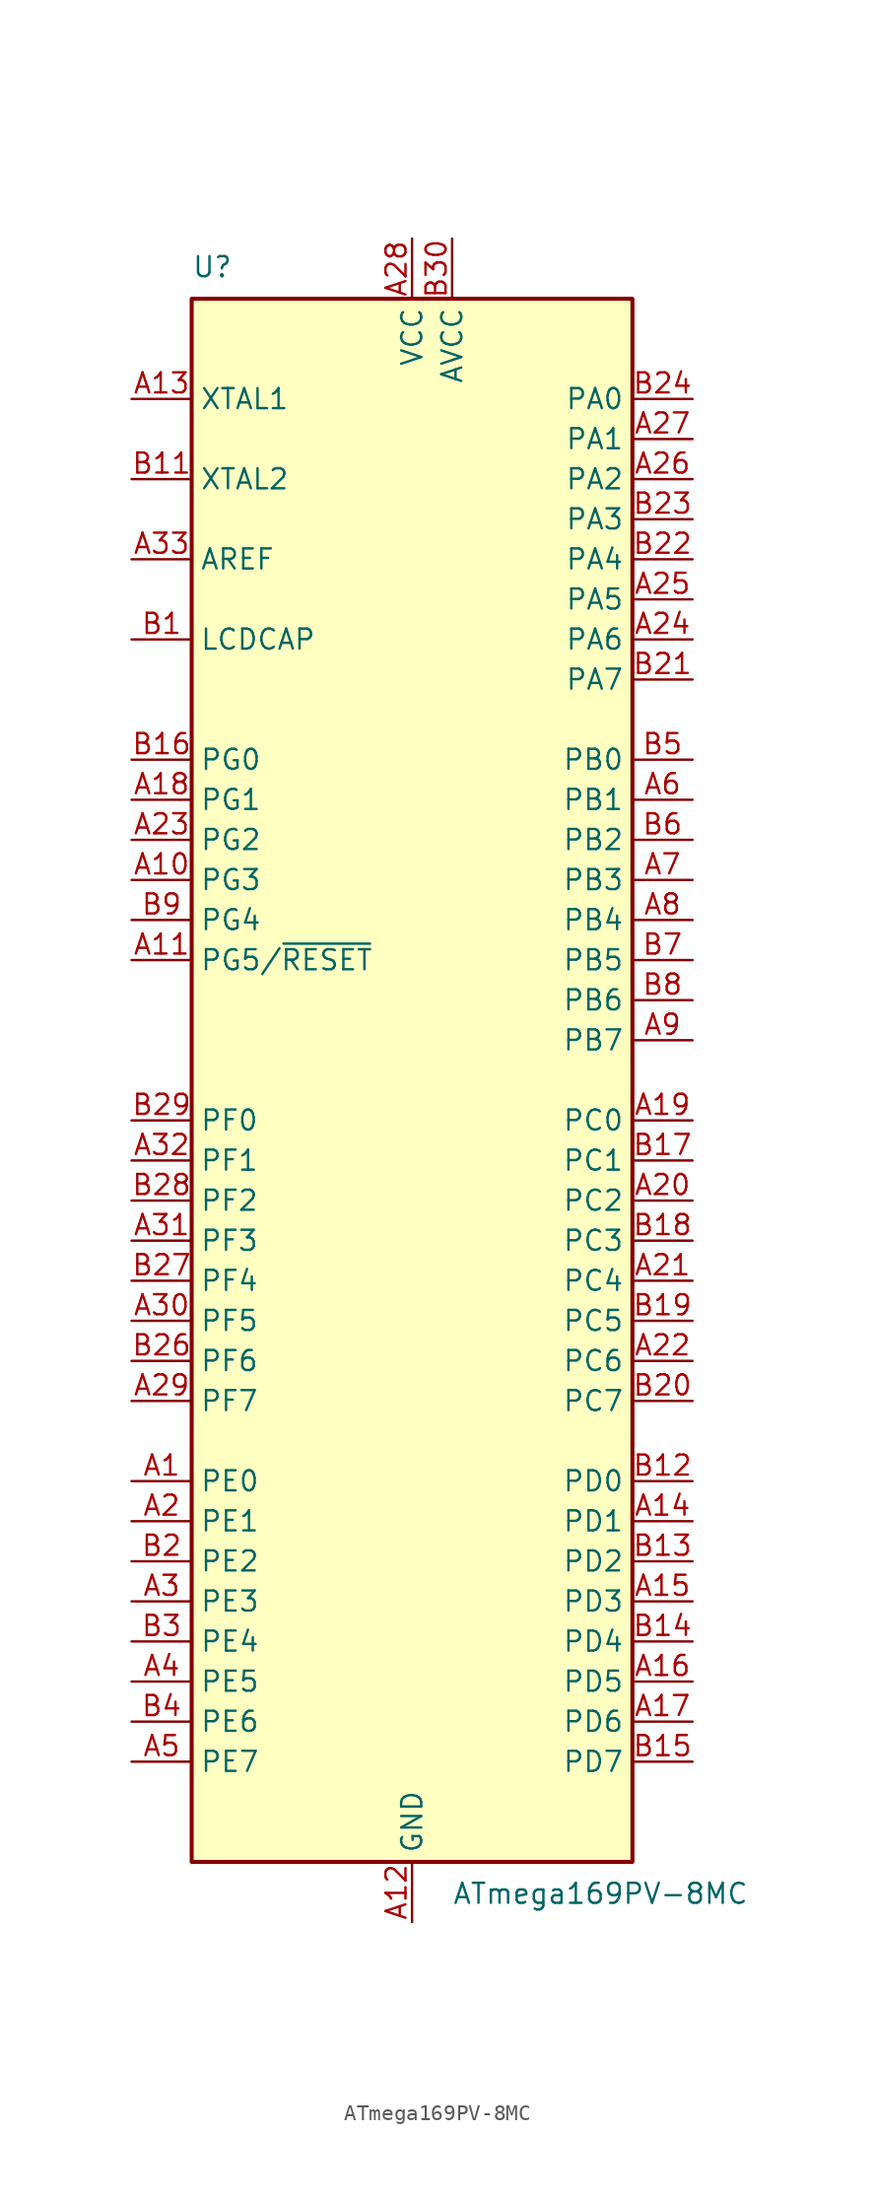
<source format=kicad_sym>
(kicad_symbol_lib
  (version 20201005)
  (generator kicad_symbol_editor)
  (symbol "MCU_Microchip_ATmega:ATmega169PV-8MC"
    (property "Reference" "U"
      (at -13.97 50.8 0)
      (effects (font (size 1.27 1.27)) (justify left bottom)))
    (property "Value" "ATmega169PV-8MC"
      (at 2.54 -50.8 0)
      (effects (font (size 1.27 1.27)) (justify left top)))
    (symbol "ATmega169PV-8MC_0_1"
      (rectangle (start -13.97 -49.53) (end 13.97 49.53) (stroke (width 0.254)) (fill (type background))))
    (symbol "ATmega169PV-8MC_1_1"
      (pin bidirectional line (at -17.78 -25.4 0) (length 3.81) (name "PE0" (effects (font (size 1.27 1.27)))) (number "A1" (effects (font (size 1.27 1.27)))))
      (pin bidirectional line (at -17.78 12.7 0) (length 3.81) (name "PG3" (effects (font (size 1.27 1.27)))) (number "A10" (effects (font (size 1.27 1.27)))))
      (pin bidirectional line (at -17.78 7.62 0) (length 3.81) (name "PG5/~RESET" (effects (font (size 1.27 1.27)))) (number "A11" (effects (font (size 1.27 1.27)))))
      (pin power_in line (at 0 -53.34 90) (length 3.81) (name "GND" (effects (font (size 1.27 1.27)))) (number "A12" (effects (font (size 1.27 1.27)))))
      (pin input line (at -17.78 43.18 0) (length 3.81) (name "XTAL1" (effects (font (size 1.27 1.27)))) (number "A13" (effects (font (size 1.27 1.27)))))
      (pin bidirectional line (at 17.78 -27.94 180) (length 3.81) (name "PD1" (effects (font (size 1.27 1.27)))) (number "A14" (effects (font (size 1.27 1.27)))))
      (pin bidirectional line (at 17.78 -33.02 180) (length 3.81) (name "PD3" (effects (font (size 1.27 1.27)))) (number "A15" (effects (font (size 1.27 1.27)))))
      (pin bidirectional line (at 17.78 -38.1 180) (length 3.81) (name "PD5" (effects (font (size 1.27 1.27)))) (number "A16" (effects (font (size 1.27 1.27)))))
      (pin bidirectional line (at 17.78 -40.64 180) (length 3.81) (name "PD6" (effects (font (size 1.27 1.27)))) (number "A17" (effects (font (size 1.27 1.27)))))
      (pin bidirectional line (at -17.78 17.78 0) (length 3.81) (name "PG1" (effects (font (size 1.27 1.27)))) (number "A18" (effects (font (size 1.27 1.27)))))
      (pin bidirectional line (at 17.78 -2.54 180) (length 3.81) (name "PC0" (effects (font (size 1.27 1.27)))) (number "A19" (effects (font (size 1.27 1.27)))))
      (pin bidirectional line (at -17.78 -27.94 0) (length 3.81) (name "PE1" (effects (font (size 1.27 1.27)))) (number "A2" (effects (font (size 1.27 1.27)))))
      (pin bidirectional line (at 17.78 -7.62 180) (length 3.81) (name "PC2" (effects (font (size 1.27 1.27)))) (number "A20" (effects (font (size 1.27 1.27)))))
      (pin bidirectional line (at 17.78 -12.7 180) (length 3.81) (name "PC4" (effects (font (size 1.27 1.27)))) (number "A21" (effects (font (size 1.27 1.27)))))
      (pin bidirectional line (at 17.78 -17.78 180) (length 3.81) (name "PC6" (effects (font (size 1.27 1.27)))) (number "A22" (effects (font (size 1.27 1.27)))))
      (pin bidirectional line (at -17.78 15.24 0) (length 3.81) (name "PG2" (effects (font (size 1.27 1.27)))) (number "A23" (effects (font (size 1.27 1.27)))))
      (pin bidirectional line (at 17.78 27.94 180) (length 3.81) (name "PA6" (effects (font (size 1.27 1.27)))) (number "A24" (effects (font (size 1.27 1.27)))))
      (pin bidirectional line (at 17.78 30.48 180) (length 3.81) (name "PA5" (effects (font (size 1.27 1.27)))) (number "A25" (effects (font (size 1.27 1.27)))))
      (pin bidirectional line (at 17.78 38.1 180) (length 3.81) (name "PA2" (effects (font (size 1.27 1.27)))) (number "A26" (effects (font (size 1.27 1.27)))))
      (pin bidirectional line (at 17.78 40.64 180) (length 3.81) (name "PA1" (effects (font (size 1.27 1.27)))) (number "A27" (effects (font (size 1.27 1.27)))))
      (pin power_in line (at 0 53.34 270) (length 3.81) (name "VCC" (effects (font (size 1.27 1.27)))) (number "A28" (effects (font (size 1.27 1.27)))))
      (pin bidirectional line (at -17.78 -20.32 0) (length 3.81) (name "PF7" (effects (font (size 1.27 1.27)))) (number "A29" (effects (font (size 1.27 1.27)))))
      (pin bidirectional line (at -17.78 -33.02 0) (length 3.81) (name "PE3" (effects (font (size 1.27 1.27)))) (number "A3" (effects (font (size 1.27 1.27)))))
      (pin bidirectional line (at -17.78 -15.24 0) (length 3.81) (name "PF5" (effects (font (size 1.27 1.27)))) (number "A30" (effects (font (size 1.27 1.27)))))
      (pin bidirectional line (at -17.78 -10.16 0) (length 3.81) (name "PF3" (effects (font (size 1.27 1.27)))) (number "A31" (effects (font (size 1.27 1.27)))))
      (pin bidirectional line (at -17.78 -5.08 0) (length 3.81) (name "PF1" (effects (font (size 1.27 1.27)))) (number "A32" (effects (font (size 1.27 1.27)))))
      (pin passive line (at -17.78 33.02 0) (length 3.81) (name "AREF" (effects (font (size 1.27 1.27)))) (number "A33" (effects (font (size 1.27 1.27)))))
      (pin passive line (at 0 -53.34 90) (length 3.81) hide (name "GND" (effects (font (size 1.27 1.27)))) (number "A34" (effects (font (size 1.27 1.27)))))
      (pin bidirectional line (at -17.78 -38.1 0) (length 3.81) (name "PE5" (effects (font (size 1.27 1.27)))) (number "A4" (effects (font (size 1.27 1.27)))))
      (pin bidirectional line (at -17.78 -43.18 0) (length 3.81) (name "PE7" (effects (font (size 1.27 1.27)))) (number "A5" (effects (font (size 1.27 1.27)))))
      (pin bidirectional line (at 17.78 17.78 180) (length 3.81) (name "PB1" (effects (font (size 1.27 1.27)))) (number "A6" (effects (font (size 1.27 1.27)))))
      (pin bidirectional line (at 17.78 12.7 180) (length 3.81) (name "PB3" (effects (font (size 1.27 1.27)))) (number "A7" (effects (font (size 1.27 1.27)))))
      (pin bidirectional line (at 17.78 10.16 180) (length 3.81) (name "PB4" (effects (font (size 1.27 1.27)))) (number "A8" (effects (font (size 1.27 1.27)))))
      (pin bidirectional line (at 17.78 2.54 180) (length 3.81) (name "PB7" (effects (font (size 1.27 1.27)))) (number "A9" (effects (font (size 1.27 1.27)))))
      (pin passive line (at -17.78 27.94 0) (length 3.81) (name "LCDCAP" (effects (font (size 1.27 1.27)))) (number "B1" (effects (font (size 1.27 1.27)))))
      (pin passive line (at 0 53.34 270) (length 3.81) hide (name "VCC" (effects (font (size 1.27 1.27)))) (number "B10" (effects (font (size 1.27 1.27)))))
      (pin output line (at -17.78 38.1 0) (length 3.81) (name "XTAL2" (effects (font (size 1.27 1.27)))) (number "B11" (effects (font (size 1.27 1.27)))))
      (pin bidirectional line (at 17.78 -25.4 180) (length 3.81) (name "PD0" (effects (font (size 1.27 1.27)))) (number "B12" (effects (font (size 1.27 1.27)))))
      (pin bidirectional line (at 17.78 -30.48 180) (length 3.81) (name "PD2" (effects (font (size 1.27 1.27)))) (number "B13" (effects (font (size 1.27 1.27)))))
      (pin bidirectional line (at 17.78 -35.56 180) (length 3.81) (name "PD4" (effects (font (size 1.27 1.27)))) (number "B14" (effects (font (size 1.27 1.27)))))
      (pin bidirectional line (at 17.78 -43.18 180) (length 3.81) (name "PD7" (effects (font (size 1.27 1.27)))) (number "B15" (effects (font (size 1.27 1.27)))))
      (pin bidirectional line (at -17.78 20.32 0) (length 3.81) (name "PG0" (effects (font (size 1.27 1.27)))) (number "B16" (effects (font (size 1.27 1.27)))))
      (pin bidirectional line (at 17.78 -5.08 180) (length 3.81) (name "PC1" (effects (font (size 1.27 1.27)))) (number "B17" (effects (font (size 1.27 1.27)))))
      (pin bidirectional line (at 17.78 -10.16 180) (length 3.81) (name "PC3" (effects (font (size 1.27 1.27)))) (number "B18" (effects (font (size 1.27 1.27)))))
      (pin bidirectional line (at 17.78 -15.24 180) (length 3.81) (name "PC5" (effects (font (size 1.27 1.27)))) (number "B19" (effects (font (size 1.27 1.27)))))
      (pin bidirectional line (at -17.78 -30.48 0) (length 3.81) (name "PE2" (effects (font (size 1.27 1.27)))) (number "B2" (effects (font (size 1.27 1.27)))))
      (pin bidirectional line (at 17.78 -20.32 180) (length 3.81) (name "PC7" (effects (font (size 1.27 1.27)))) (number "B20" (effects (font (size 1.27 1.27)))))
      (pin bidirectional line (at 17.78 25.4 180) (length 3.81) (name "PA7" (effects (font (size 1.27 1.27)))) (number "B21" (effects (font (size 1.27 1.27)))))
      (pin bidirectional line (at 17.78 33.02 180) (length 3.81) (name "PA4" (effects (font (size 1.27 1.27)))) (number "B22" (effects (font (size 1.27 1.27)))))
      (pin bidirectional line (at 17.78 35.56 180) (length 3.81) (name "PA3" (effects (font (size 1.27 1.27)))) (number "B23" (effects (font (size 1.27 1.27)))))
      (pin bidirectional line (at 17.78 43.18 180) (length 3.81) (name "PA0" (effects (font (size 1.27 1.27)))) (number "B24" (effects (font (size 1.27 1.27)))))
      (pin passive line (at 0 -53.34 90) (length 3.81) hide (name "GND" (effects (font (size 1.27 1.27)))) (number "B25" (effects (font (size 1.27 1.27)))))
      (pin bidirectional line (at -17.78 -17.78 0) (length 3.81) (name "PF6" (effects (font (size 1.27 1.27)))) (number "B26" (effects (font (size 1.27 1.27)))))
      (pin bidirectional line (at -17.78 -12.7 0) (length 3.81) (name "PF4" (effects (font (size 1.27 1.27)))) (number "B27" (effects (font (size 1.27 1.27)))))
      (pin bidirectional line (at -17.78 -7.62 0) (length 3.81) (name "PF2" (effects (font (size 1.27 1.27)))) (number "B28" (effects (font (size 1.27 1.27)))))
      (pin bidirectional line (at -17.78 -2.54 0) (length 3.81) (name "PF0" (effects (font (size 1.27 1.27)))) (number "B29" (effects (font (size 1.27 1.27)))))
      (pin bidirectional line (at -17.78 -35.56 0) (length 3.81) (name "PE4" (effects (font (size 1.27 1.27)))) (number "B3" (effects (font (size 1.27 1.27)))))
      (pin power_in line (at 2.54 53.34 270) (length 3.81) (name "AVCC" (effects (font (size 1.27 1.27)))) (number "B30" (effects (font (size 1.27 1.27)))))
      (pin bidirectional line (at -17.78 -40.64 0) (length 3.81) (name "PE6" (effects (font (size 1.27 1.27)))) (number "B4" (effects (font (size 1.27 1.27)))))
      (pin bidirectional line (at 17.78 20.32 180) (length 3.81) (name "PB0" (effects (font (size 1.27 1.27)))) (number "B5" (effects (font (size 1.27 1.27)))))
      (pin bidirectional line (at 17.78 15.24 180) (length 3.81) (name "PB2" (effects (font (size 1.27 1.27)))) (number "B6" (effects (font (size 1.27 1.27)))))
      (pin bidirectional line (at 17.78 7.62 180) (length 3.81) (name "PB5" (effects (font (size 1.27 1.27)))) (number "B7" (effects (font (size 1.27 1.27)))))
      (pin bidirectional line (at 17.78 5.08 180) (length 3.81) (name "PB6" (effects (font (size 1.27 1.27)))) (number "B8" (effects (font (size 1.27 1.27)))))
      (pin bidirectional line (at -17.78 10.16 0) (length 3.81) (name "PG4" (effects (font (size 1.27 1.27)))) (number "B9" (effects (font (size 1.27 1.27)))))
      (pin passive line (at 0 -53.34 90) (length 3.81) hide (name "GND" (effects (font (size 1.27 1.27)))) (number "EP" (effects (font (size 1.27 1.27))))))))
</source>
